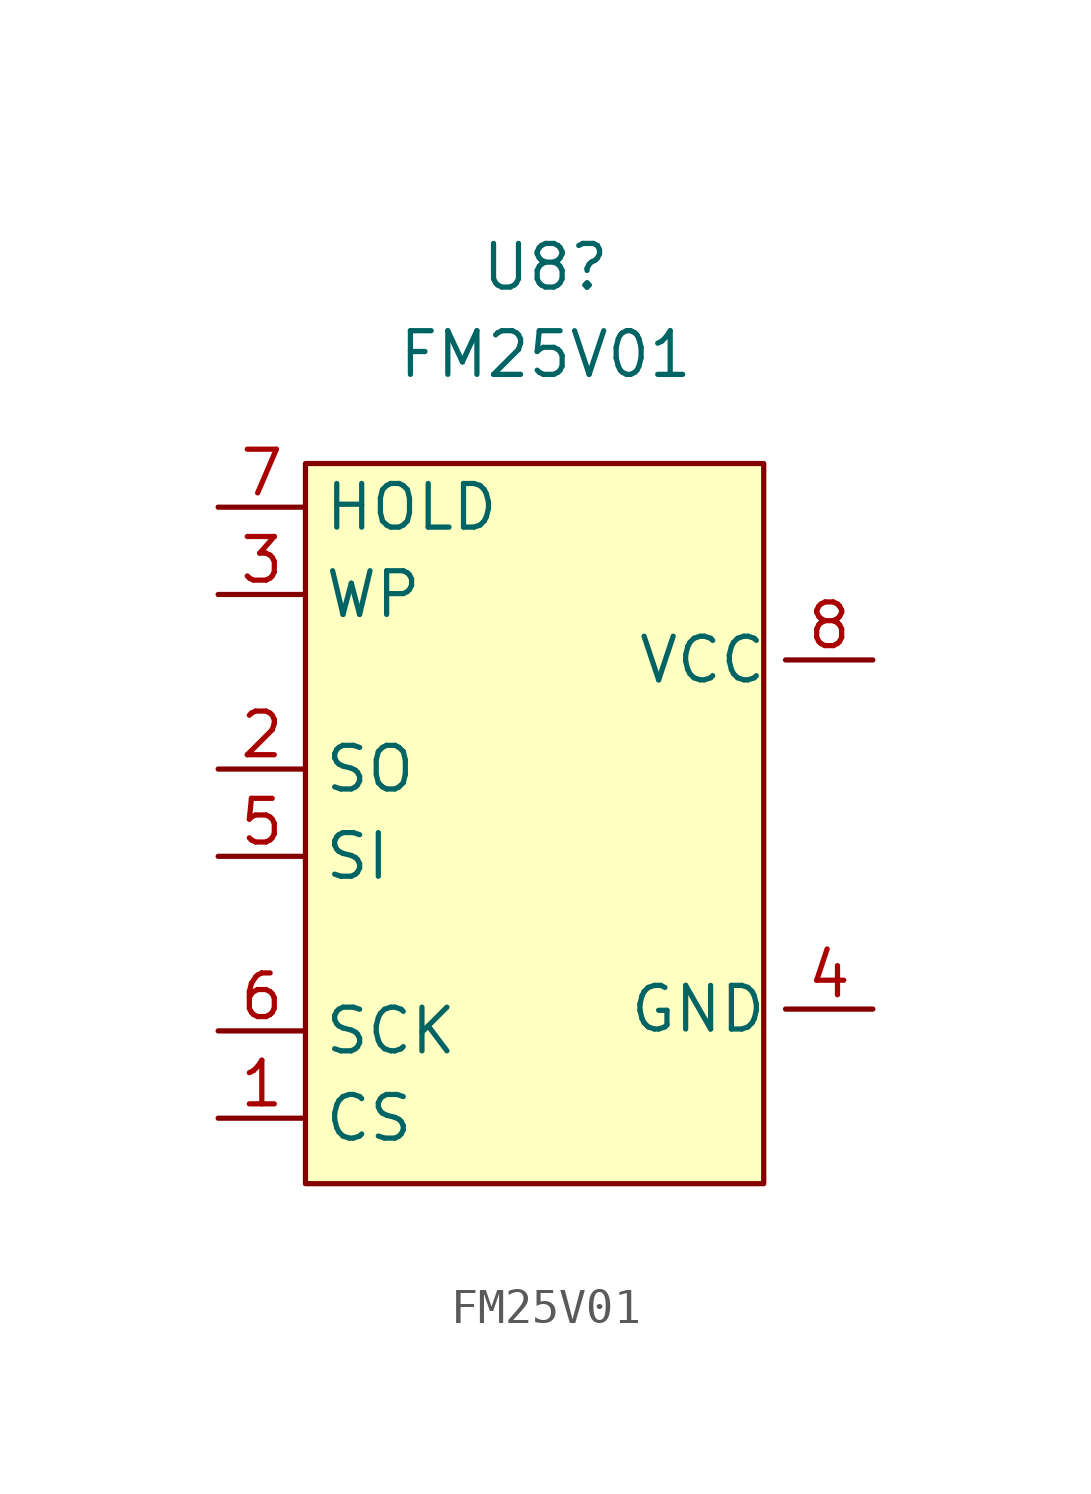
<source format=kicad_sym>
(kicad_symbol_lib
  (version 20211014)
  (generator kicad_symbol_editor)
  (symbol "FM25V01"
    (property "Reference" "U8"
      (at 0.635 17.145 0)
      (effects (font (size 1.27 1.27))))
    (property "Value" "FM25V01"
      (at 0.635 14.605 0)
      (effects (font (size 1.27 1.27))))
    (symbol "FM25V01_0_1"
      (rectangle (start -6.35 11.43) (end 6.985 -9.525) (stroke (width 0) (type default) (color 0 0 0 0)) (fill (type background))))
    (symbol "FM25V01_1_1"
      (pin input line (at -8.89 -7.62 0) (length 2.54) (name "CS" (effects (font (size 1.27 1.27)))) (number "1" (effects (font (size 1.27 1.27)))))
      (pin input line (at -8.89 2.54 0) (length 2.54) (name "SO" (effects (font (size 1.27 1.27)))) (number "2" (effects (font (size 1.27 1.27)))))
      (pin input line (at -8.89 7.62 0) (length 2.54) (name "WP" (effects (font (size 1.27 1.27)))) (number "3" (effects (font (size 1.27 1.27)))))
      (pin input line (at 10.16 -4.445 180) (length 2.54) (name "GND" (effects (font (size 1.27 1.27)))) (number "4" (effects (font (size 1.27 1.27)))))
      (pin input line (at -8.89 0 0) (length 2.54) (name "SI" (effects (font (size 1.27 1.27)))) (number "5" (effects (font (size 1.27 1.27)))))
      (pin input line (at -8.89 -5.08 0) (length 2.54) (name "SCK" (effects (font (size 1.27 1.27)))) (number "6" (effects (font (size 1.27 1.27)))))
      (pin input line (at -8.89 10.16 0) (length 2.54) (name "HOLD" (effects (font (size 1.27 1.27)))) (number "7" (effects (font (size 1.27 1.27)))))
      (pin input line (at 10.16 5.715 180) (length 2.54) (name "VCC" (effects (font (size 1.27 1.27)))) (number "8" (effects (font (size 1.27 1.27))))))))
</source>
